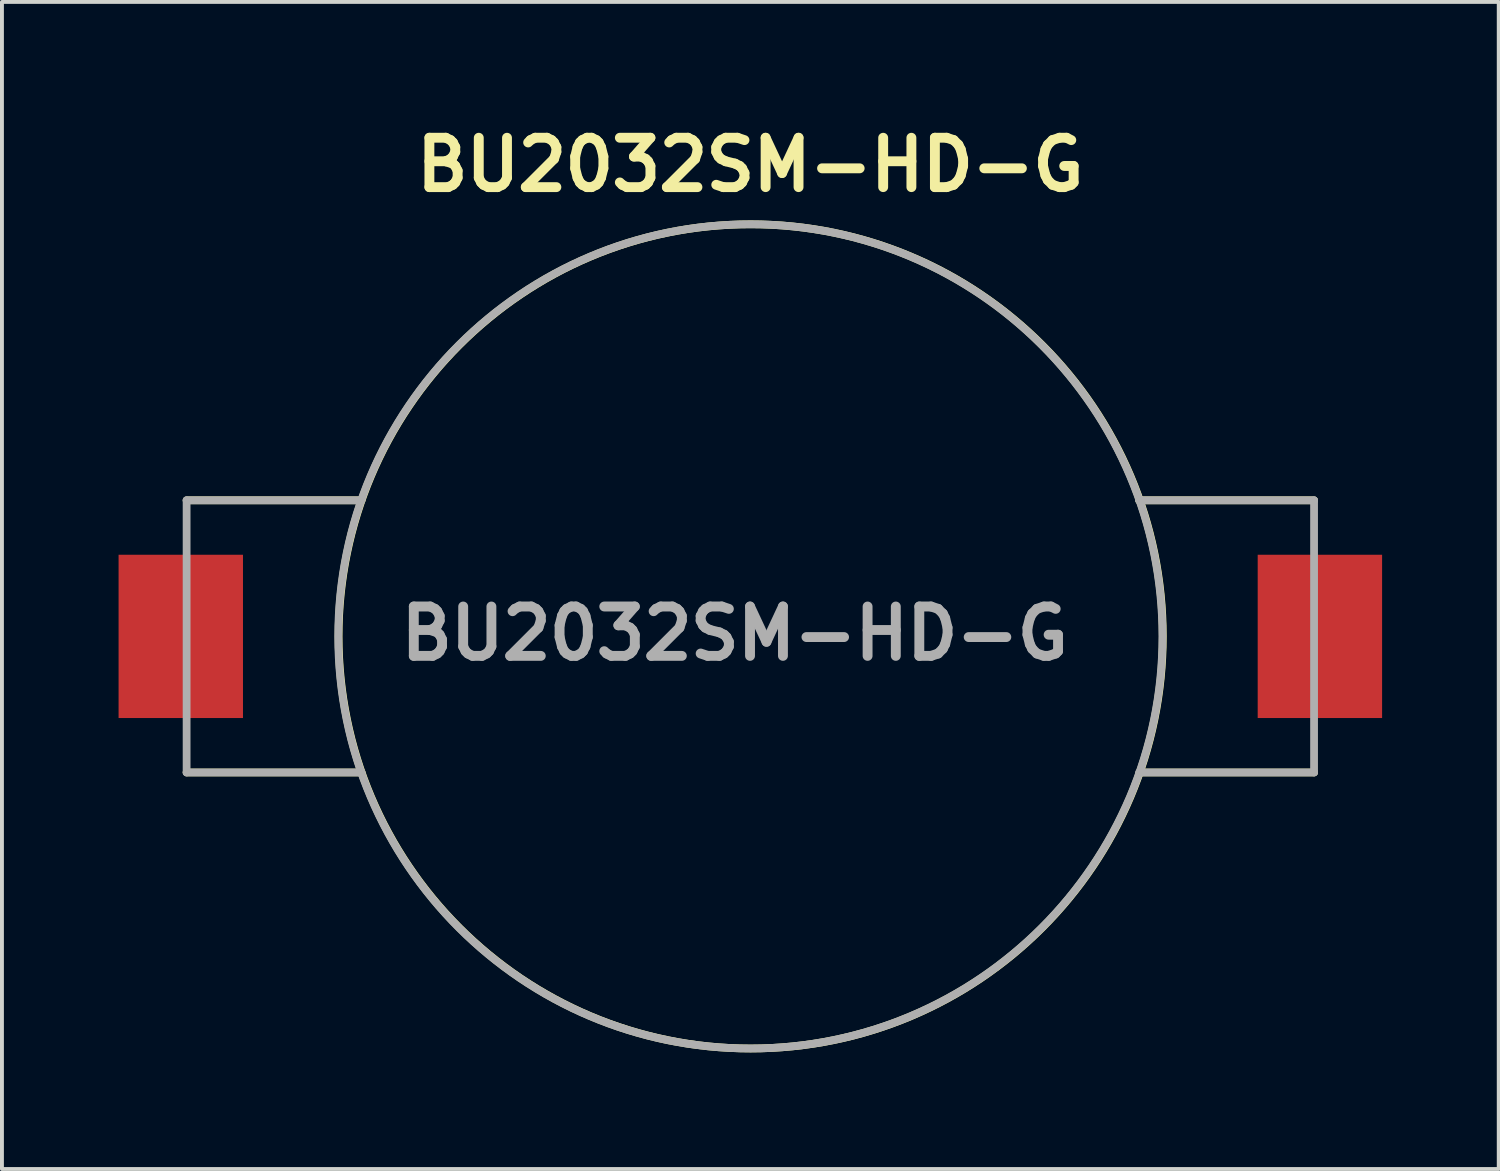
<source format=kicad_pcb>
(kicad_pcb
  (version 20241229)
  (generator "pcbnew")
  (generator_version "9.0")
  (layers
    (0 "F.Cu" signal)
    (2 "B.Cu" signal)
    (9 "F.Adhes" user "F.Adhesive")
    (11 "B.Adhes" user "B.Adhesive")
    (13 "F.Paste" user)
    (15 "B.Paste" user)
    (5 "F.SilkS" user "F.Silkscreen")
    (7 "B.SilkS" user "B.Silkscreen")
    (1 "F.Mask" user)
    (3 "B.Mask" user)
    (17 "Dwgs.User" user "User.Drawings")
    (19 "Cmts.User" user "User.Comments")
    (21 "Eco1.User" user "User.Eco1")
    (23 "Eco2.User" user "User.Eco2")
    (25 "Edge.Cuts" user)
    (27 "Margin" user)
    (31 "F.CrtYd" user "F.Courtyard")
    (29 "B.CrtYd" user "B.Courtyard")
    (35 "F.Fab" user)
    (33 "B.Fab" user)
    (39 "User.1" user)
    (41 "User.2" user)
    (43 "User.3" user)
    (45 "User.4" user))
  (footprint "BU2032SM-HD-G"
    (layer "F.Cu")
    (at 16.25 13.319)
    (property "Reference" "BU2032SM-HD-G" (at 0 -12.13 0) (layer "F.SilkS") (effects (font (size 1.27 1.27) (thickness 0.254))))
    (attr smd)
    (fp_line (start -10.005 -3.5) (end -14.5 -3.5) (stroke (width 0.2) (type solid)) (layer "F.SilkS"))
    (fp_line (start -10.005 3.5) (end -14.5 3.5) (stroke (width 0.2) (type solid)) (layer "F.SilkS"))
    (fp_line (start 10 -3.5) (end 14.5 -3.5) (stroke (width 0.2) (type solid)) (layer "F.SilkS"))
    (fp_line (start 10.014 3.5) (end 14.5 3.5) (stroke (width 0.2) (type solid)) (layer "F.SilkS"))
    (fp_circle (center 0.009 0) (end 0.009 10.6) (stroke (width 0.2) (type solid)) (fill no) (layer "F.SilkS"))
    (fp_line (start -14.5 -3.5) (end -14.5 3.5) (stroke (width 0.2) (type solid)) (layer "F.Fab"))
    (fp_line (start -14.5 3.5) (end -10 3.5) (stroke (width 0.2) (type solid)) (layer "F.Fab"))
    (fp_line (start -10 -3.5) (end -14.5 -3.5) (stroke (width 0.2) (type solid)) (layer "F.Fab"))
    (fp_line (start 10 -3.5) (end 14.5 -3.5) (stroke (width 0.2) (type solid)) (layer "F.Fab"))
    (fp_line (start 14.5 -3.5) (end 14.5 3.5) (stroke (width 0.2) (type solid)) (layer "F.Fab"))
    (fp_line (start 14.5 3.5) (end 10 3.5) (stroke (width 0.2) (type solid)) (layer "F.Fab"))
    (fp_circle (center 0 0) (end 0 10.6) (stroke (width 0.2) (type solid)) (fill no) (layer "F.Fab"))
    (fp_text user "${REFERENCE}" (at -0.401 -0.073 0) (layer "F.Fab") (effects (font (size 1.27 1.27) (thickness 0.254))))
    (pad "1" smd rect (at -14.65 0) (size 3.2 4.2) (layers "F.Cu" "F.Mask" "F.Paste"))
    (pad "2" smd rect (at 14.65 0) (size 3.2 4.2) (layers "F.Cu" "F.Mask" "F.Paste")))
  (gr_rect
    (start -3 -3)
    (end 35.5 27.019)
    (stroke (width 0.1) (type default))
    (fill no)
    (layer "Edge.Cuts")))
</source>
